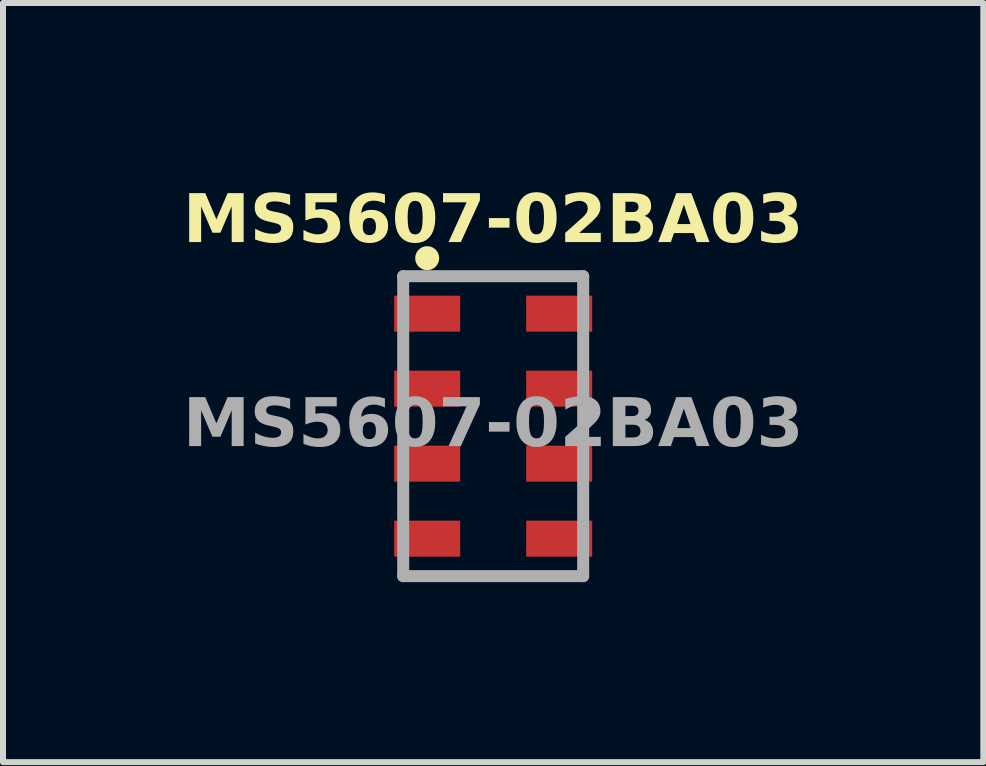
<source format=kicad_pcb>
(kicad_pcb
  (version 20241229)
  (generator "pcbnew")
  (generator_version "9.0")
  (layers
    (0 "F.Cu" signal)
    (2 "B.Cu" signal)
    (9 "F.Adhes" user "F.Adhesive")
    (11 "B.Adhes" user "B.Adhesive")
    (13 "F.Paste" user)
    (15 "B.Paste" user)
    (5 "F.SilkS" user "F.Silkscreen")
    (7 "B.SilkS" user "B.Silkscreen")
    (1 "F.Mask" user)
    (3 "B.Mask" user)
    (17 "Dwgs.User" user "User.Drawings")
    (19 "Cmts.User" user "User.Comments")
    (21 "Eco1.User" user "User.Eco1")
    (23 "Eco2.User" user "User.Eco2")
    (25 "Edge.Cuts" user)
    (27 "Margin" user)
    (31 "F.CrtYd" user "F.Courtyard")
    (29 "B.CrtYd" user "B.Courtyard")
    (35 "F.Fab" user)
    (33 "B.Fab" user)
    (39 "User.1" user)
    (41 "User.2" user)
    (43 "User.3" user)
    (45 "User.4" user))
  (footprint "MS5607-02BA03"
    (layer "F.Cu")
    (at 5.17 4.053)
    (property "Reference" "MS5607-02BA03" (at 0 -3.4 0) (layer "F.SilkS") (effects (font (face "JetBrains Mono SemiBold") (size 0.8 0.8) (thickness 0.1))))
    (attr smd)
    (fp_line (start -1.5 -2.5) (end 1.5 -2.5) (stroke (width 0.1) (type solid)) (layer "F.SilkS"))
    (fp_line (start -1.5 2.5) (end 1.5 2.5) (stroke (width 0.1) (type solid)) (layer "F.SilkS"))
    (fp_circle (center -1.1 -2.8) (end -1.1 -2.7) (stroke (width 0.2) (type solid)) (fill no) (layer "F.SilkS"))
    (fp_line (start -1.5 -2.5) (end -1.5 2.5) (stroke (width 0.2) (type solid)) (layer "F.Fab"))
    (fp_line (start -1.5 2.5) (end 1.5 2.5) (stroke (width 0.2) (type solid)) (layer "F.Fab"))
    (fp_line (start 1.5 -2.5) (end -1.5 -2.5) (stroke (width 0.2) (type solid)) (layer "F.Fab"))
    (fp_line (start 1.5 2.5) (end 1.5 -2.5) (stroke (width 0.2) (type solid)) (layer "F.Fab"))
    (fp_text user "${REFERENCE}" (at 0 0 0) (layer "F.Fab") (effects (font (face "JetBrains Mono SemiBold") (size 0.8 0.8) (thickness 0.1))))
    (pad "1" smd rect (at -1.1 -1.875 90) (size 0.6 1.1) (layers "F.Cu" "F.Mask" "F.Paste"))
    (pad "2" smd rect (at -1.1 -0.625 90) (size 0.6 1.1) (layers "F.Cu" "F.Mask" "F.Paste"))
    (pad "3" smd rect (at -1.1 0.625 90) (size 0.6 1.1) (layers "F.Cu" "F.Mask" "F.Paste"))
    (pad "4" smd rect (at -1.1 1.875 90) (size 0.6 1.1) (layers "F.Cu" "F.Mask" "F.Paste"))
    (pad "5" smd rect (at 1.1 1.875 90) (size 0.6 1.1) (layers "F.Cu" "F.Mask" "F.Paste"))
    (pad "6" smd rect (at 1.1 0.625 90) (size 0.6 1.1) (layers "F.Cu" "F.Mask" "F.Paste"))
    (pad "7" smd rect (at 1.1 -0.625 90) (size 0.6 1.1) (layers "F.Cu" "F.Mask" "F.Paste"))
    (pad "8" smd rect (at 1.1 -1.875 90) (size 0.6 1.1) (layers "F.Cu" "F.Mask" "F.Paste")))
  (gr_rect
    (start -3 -3)
    (end 13.339 9.653)
    (stroke (width 0.1) (type default))
    (fill no)
    (layer "Edge.Cuts")))
</source>
